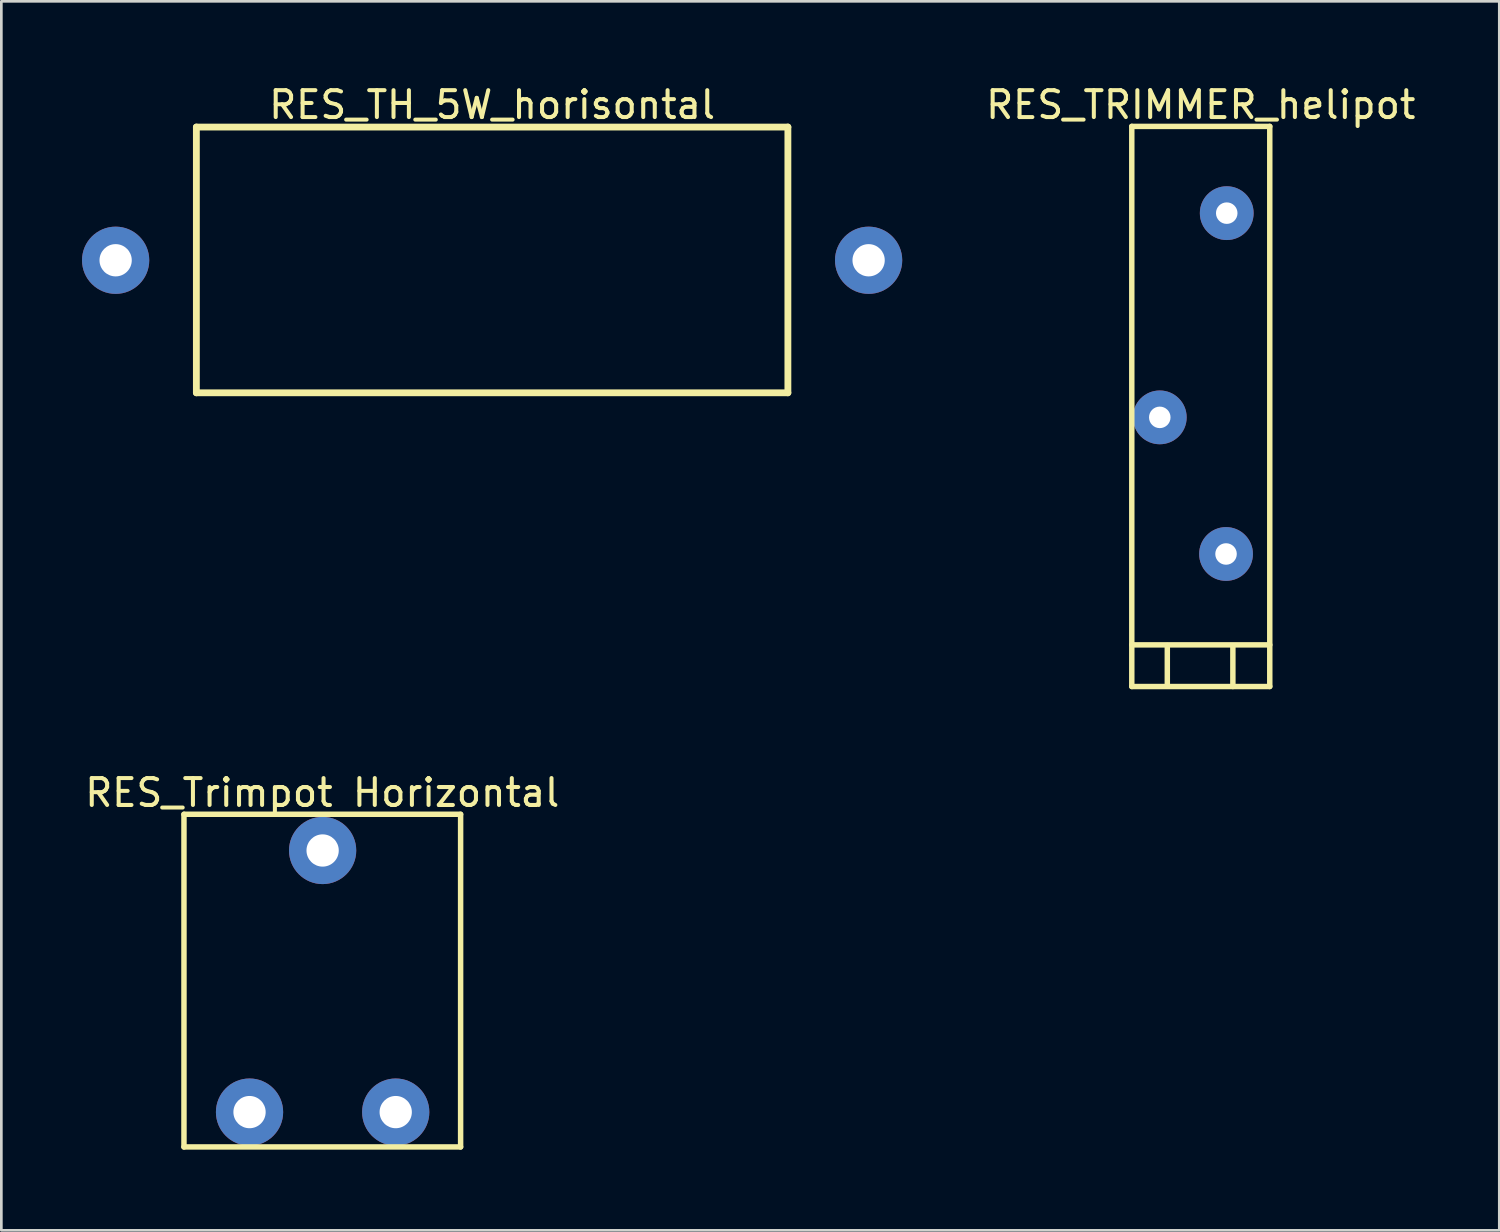
<source format=kicad_pcb>
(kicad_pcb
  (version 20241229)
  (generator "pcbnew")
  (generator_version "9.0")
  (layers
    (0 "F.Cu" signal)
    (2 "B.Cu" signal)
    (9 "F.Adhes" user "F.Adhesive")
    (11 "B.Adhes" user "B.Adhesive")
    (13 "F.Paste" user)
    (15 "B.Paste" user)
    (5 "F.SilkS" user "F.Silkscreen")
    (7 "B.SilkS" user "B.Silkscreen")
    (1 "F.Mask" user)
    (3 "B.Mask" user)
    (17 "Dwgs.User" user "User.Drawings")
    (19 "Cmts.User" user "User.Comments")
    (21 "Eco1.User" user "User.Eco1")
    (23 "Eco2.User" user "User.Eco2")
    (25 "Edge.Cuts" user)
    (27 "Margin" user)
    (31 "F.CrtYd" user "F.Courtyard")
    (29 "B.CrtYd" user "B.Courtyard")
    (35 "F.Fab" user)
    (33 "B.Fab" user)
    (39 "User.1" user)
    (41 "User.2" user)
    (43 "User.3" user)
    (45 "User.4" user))
  (footprint "RES_Trimpot Horizontal"
    (layer "F.Cu")
    (at 8.947 33.44)
    (property "Reference" "RES_Trimpot Horizontal" (at -0.013 -7.012 0) (layer "F.SilkS") (effects (font (size 1 1) (thickness 0.15))))
    (fp_line (start -5.156 -6.21) (end 5.131 -6.21) (stroke (width 0.203) (type solid)) (layer "F.SilkS"))
    (fp_line (start -5.156 6.16) (end -5.156 -6.21) (stroke (width 0.203) (type solid)) (layer "F.SilkS"))
    (fp_line (start -5.156 6.16) (end 5.131 6.16) (stroke (width 0.203) (type solid)) (layer "F.SilkS"))
    (fp_line (start 5.131 6.16) (end 5.131 -6.21) (stroke (width 0.203) (type solid)) (layer "F.SilkS"))
    (pad "1" thru_hole circle (at -2.718 4.864) (size 2.5 2.5) (drill 1.2) (layers "*.Cu" "*.Mask"))
    (pad "2" thru_hole circle (at 0 -4.864) (size 2.5 2.5) (drill 1.2) (layers "*.Cu" "*.Mask"))
    (pad "3" thru_hole circle (at 2.718 4.864) (size 2.5 2.5) (drill 1.2) (layers "*.Cu" "*.Mask")))
  (footprint "RES_TRIMMER_helipot"
    (layer "F.Cu")
    (at 41.322 11.213)
    (property "Reference" "RES_TRIMMER_helipot" (at 0.279 -10.365 0) (layer "F.SilkS") (effects (font (size 1 1) (thickness 0.15))))
    (fp_line (start -2.286 -9.563) (end 2.845 -9.563) (stroke (width 0.203) (type solid)) (layer "F.SilkS"))
    (fp_line (start -2.286 9.716) (end 2.845 9.716) (stroke (width 0.203) (type solid)) (layer "F.SilkS"))
    (fp_line (start -2.286 11.265) (end -2.286 -9.563) (stroke (width 0.203) (type solid)) (layer "F.SilkS"))
    (fp_line (start -2.286 11.265) (end 2.845 11.265) (stroke (width 0.203) (type solid)) (layer "F.SilkS"))
    (fp_line (start -0.965 11.239) (end -0.965 9.741) (stroke (width 0.203) (type solid)) (layer "F.SilkS"))
    (fp_line (start 1.473 11.265) (end 1.473 9.766) (stroke (width 0.203) (type solid)) (layer "F.SilkS"))
    (fp_line (start 2.845 11.265) (end 2.845 -9.563) (stroke (width 0.203) (type solid)) (layer "F.SilkS"))
    (pad "1" thru_hole circle (at 1.245 -6.337) (size 2 2) (drill 0.8) (layers "*.Cu" "*.Mask"))
    (pad "2" thru_hole circle (at -1.245 1.257) (size 2 2) (drill 0.8) (layers "*.Cu" "*.Mask"))
    (pad "3" thru_hole circle (at 1.219 6.337) (size 2 2) (drill 0.8) (layers "*.Cu" "*.Mask")))
  (footprint "RES_TH_5W_horisontal"
    (layer "F.Cu")
    (at 15.25 6.628)
    (property "Reference" "RES_TH_5W_horisontal" (at 0 -5.78 0) (layer "F.SilkS") (effects (font (size 1 1) (thickness 0.15))))
    (fp_line (start -10.998 -4.953) (end 10.998 -4.953) (stroke (width 0.254) (type solid)) (layer "F.SilkS"))
    (fp_line (start -10.998 4.928) (end -10.998 -4.953) (stroke (width 0.254) (type solid)) (layer "F.SilkS"))
    (fp_line (start -10.998 4.928) (end 10.998 4.928) (stroke (width 0.254) (type solid)) (layer "F.SilkS"))
    (fp_line (start 10.998 4.928) (end 10.998 -4.953) (stroke (width 0.254) (type solid)) (layer "F.SilkS"))
    (pad "1" thru_hole circle (at -14 0 90) (size 2.5 2.5) (drill 1.2) (layers "*.Cu" "*.Mask"))
    (pad "2" thru_hole circle (at 14 0 90) (size 2.5 2.5) (drill 1.2) (layers "*.Cu" "*.Mask")))
  (gr_rect
    (start -3 -3)
    (end 52.702 42.701)
    (stroke (width 0.1) (type default))
    (fill no)
    (layer "Edge.Cuts")))
</source>
